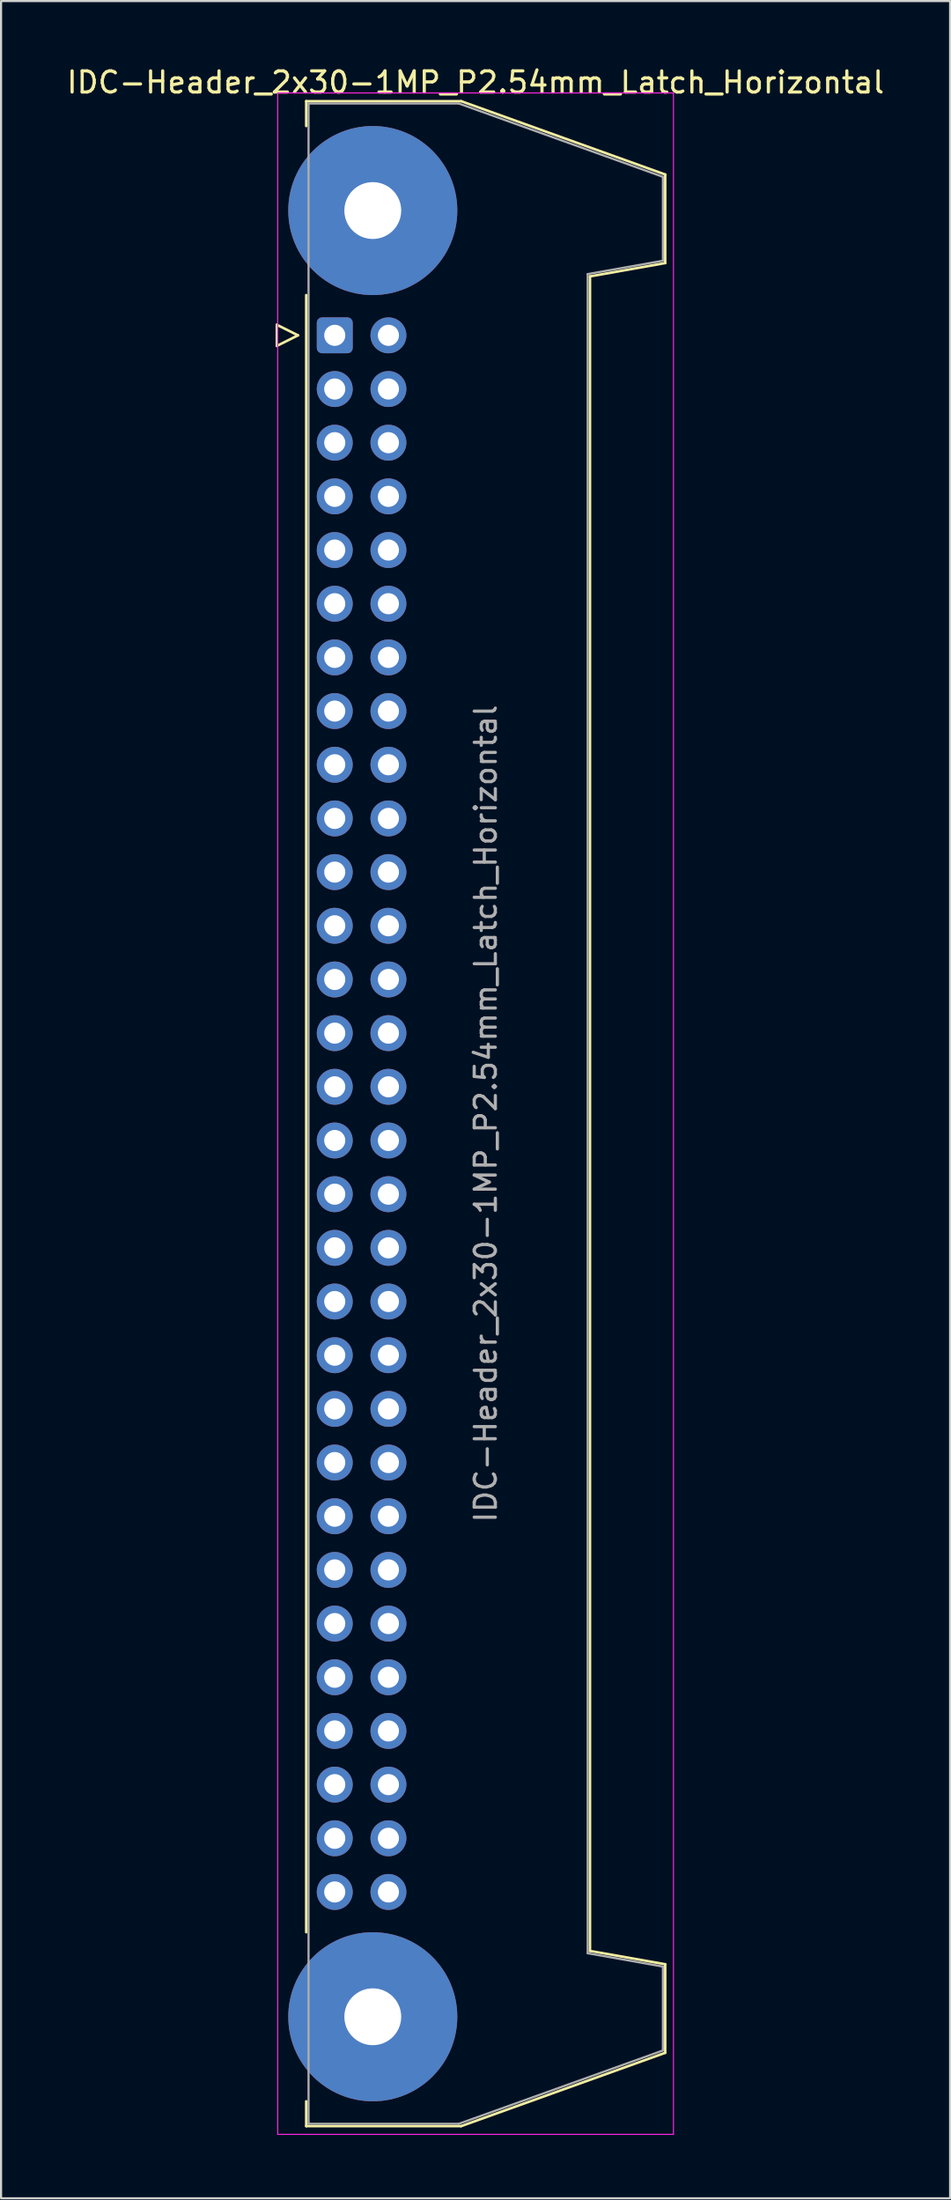
<source format=kicad_pcb>
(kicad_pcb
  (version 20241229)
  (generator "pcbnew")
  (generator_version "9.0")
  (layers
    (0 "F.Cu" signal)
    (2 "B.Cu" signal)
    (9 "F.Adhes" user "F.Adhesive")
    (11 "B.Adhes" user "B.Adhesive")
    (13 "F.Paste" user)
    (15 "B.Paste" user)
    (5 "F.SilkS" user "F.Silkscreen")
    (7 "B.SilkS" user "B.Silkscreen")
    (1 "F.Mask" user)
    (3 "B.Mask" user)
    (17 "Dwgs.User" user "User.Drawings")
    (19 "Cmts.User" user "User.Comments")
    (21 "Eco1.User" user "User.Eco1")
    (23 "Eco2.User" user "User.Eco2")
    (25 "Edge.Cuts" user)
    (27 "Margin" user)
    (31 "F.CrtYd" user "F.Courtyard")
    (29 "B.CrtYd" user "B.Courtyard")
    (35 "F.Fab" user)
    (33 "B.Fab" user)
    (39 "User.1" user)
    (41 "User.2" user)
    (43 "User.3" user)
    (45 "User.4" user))
  (footprint "IDC-Header_2x30-1MP_P2.54mm_Latch_Horizontal"
    (layer "F.Cu")
    (at 12.793 12.818)
    (property "Reference" "IDC-Header_2x30-1MP_P2.54mm_Latch_Horizontal" (at 6.665 -11.97 0) (layer "F.SilkS") (effects (font (size 1 1) (thickness 0.15))))
    (attr through_hole)
    (fp_line (start -2.74 -0.5) (end -2.74 0.5) (stroke (width 0.12) (type solid)) (layer "F.SilkS"))
    (fp_line (start -2.74 0.5) (end -1.74 0) (stroke (width 0.12) (type solid)) (layer "F.SilkS"))
    (fp_line (start -1.74 0) (end -2.74 -0.5) (stroke (width 0.12) (type solid)) (layer "F.SilkS"))
    (fp_line (start -1.35 -11.08) (end -1.35 -9.905) (stroke (width 0.12) (type solid)) (layer "F.SilkS"))
    (fp_line (start -1.35 -11.08) (end 5.98 -11.08) (stroke (width 0.12) (type solid)) (layer "F.SilkS"))
    (fp_line (start -1.35 -1.905) (end -1.35 75.565) (stroke (width 0.12) (type solid)) (layer "F.SilkS"))
    (fp_line (start -1.35 83.565) (end -1.35 84.74) (stroke (width 0.12) (type solid)) (layer "F.SilkS"))
    (fp_line (start 5.98 -11.08) (end 15.64 -7.61) (stroke (width 0.12) (type solid)) (layer "F.SilkS"))
    (fp_line (start 5.98 84.74) (end -1.35 84.74) (stroke (width 0.12) (type solid)) (layer "F.SilkS"))
    (fp_line (start 12.08 -2.79) (end 12.08 76.45) (stroke (width 0.12) (type solid)) (layer "F.SilkS"))
    (fp_line (start 12.08 76.45) (end 15.64 77.08) (stroke (width 0.12) (type solid)) (layer "F.SilkS"))
    (fp_line (start 15.64 -7.61) (end 15.64 -3.42) (stroke (width 0.12) (type solid)) (layer "F.SilkS"))
    (fp_line (start 15.64 -3.42) (end 12.08 -2.79) (stroke (width 0.12) (type solid)) (layer "F.SilkS"))
    (fp_line (start 15.64 77.08) (end 15.64 81.27) (stroke (width 0.12) (type solid)) (layer "F.SilkS"))
    (fp_line (start 15.64 81.27) (end 5.98 84.74) (stroke (width 0.12) (type solid)) (layer "F.SilkS"))
    (fp_line (start -2.7 -11.47) (end -2.7 85.13) (stroke (width 0.05) (type solid)) (layer "F.CrtYd"))
    (fp_line (start -2.7 85.13) (end 16.03 85.13) (stroke (width 0.05) (type solid)) (layer "F.CrtYd"))
    (fp_line (start 16.03 -11.47) (end -2.7 -11.47) (stroke (width 0.05) (type solid)) (layer "F.CrtYd"))
    (fp_line (start 16.03 85.13) (end 16.03 -11.47) (stroke (width 0.05) (type solid)) (layer "F.CrtYd"))
    (fp_line (start -1.24 -10.97) (end 5.87 -10.97) (stroke (width 0.1) (type solid)) (layer "F.Fab"))
    (fp_line (start -1.24 84.63) (end -1.24 -10.97) (stroke (width 0.1) (type solid)) (layer "F.Fab"))
    (fp_line (start 5.87 -10.97) (end 15.53 -7.5) (stroke (width 0.1) (type solid)) (layer "F.Fab"))
    (fp_line (start 5.87 84.63) (end -1.24 84.63) (stroke (width 0.1) (type solid)) (layer "F.Fab"))
    (fp_line (start 11.97 -2.9) (end 11.97 76.56) (stroke (width 0.1) (type solid)) (layer "F.Fab"))
    (fp_line (start 11.97 76.56) (end 15.53 77.19) (stroke (width 0.1) (type solid)) (layer "F.Fab"))
    (fp_line (start 15.53 -7.5) (end 15.53 -3.53) (stroke (width 0.1) (type solid)) (layer "F.Fab"))
    (fp_line (start 15.53 -3.53) (end 11.97 -2.9) (stroke (width 0.1) (type solid)) (layer "F.Fab"))
    (fp_line (start 15.53 77.19) (end 15.53 81.16) (stroke (width 0.1) (type solid)) (layer "F.Fab"))
    (fp_line (start 15.53 81.16) (end 5.87 84.63) (stroke (width 0.1) (type solid)) (layer "F.Fab"))
    (fp_text user "${REFERENCE}" (at 7.145 36.83 90) (layer "F.Fab") (effects (font (size 1 1) (thickness 0.15))))
    (pad "1" thru_hole roundrect (at 0 0) (size 1.7 1.7) (drill 1) (layers "*.Cu" "*.Mask") (roundrect_rratio 0.147))
    (pad "2" thru_hole circle (at 2.54 0) (size 1.7 1.7) (drill 1) (layers "*.Cu" "*.Mask"))
    (pad "3" thru_hole circle (at 0 2.54) (size 1.7 1.7) (drill 1) (layers "*.Cu" "*.Mask"))
    (pad "4" thru_hole circle (at 2.54 2.54) (size 1.7 1.7) (drill 1) (layers "*.Cu" "*.Mask"))
    (pad "5" thru_hole circle (at 0 5.08) (size 1.7 1.7) (drill 1) (layers "*.Cu" "*.Mask"))
    (pad "6" thru_hole circle (at 2.54 5.08) (size 1.7 1.7) (drill 1) (layers "*.Cu" "*.Mask"))
    (pad "7" thru_hole circle (at 0 7.62) (size 1.7 1.7) (drill 1) (layers "*.Cu" "*.Mask"))
    (pad "8" thru_hole circle (at 2.54 7.62) (size 1.7 1.7) (drill 1) (layers "*.Cu" "*.Mask"))
    (pad "9" thru_hole circle (at 0 10.16) (size 1.7 1.7) (drill 1) (layers "*.Cu" "*.Mask"))
    (pad "10" thru_hole circle (at 2.54 10.16) (size 1.7 1.7) (drill 1) (layers "*.Cu" "*.Mask"))
    (pad "11" thru_hole circle (at 0 12.7) (size 1.7 1.7) (drill 1) (layers "*.Cu" "*.Mask"))
    (pad "12" thru_hole circle (at 2.54 12.7) (size 1.7 1.7) (drill 1) (layers "*.Cu" "*.Mask"))
    (pad "13" thru_hole circle (at 0 15.24) (size 1.7 1.7) (drill 1) (layers "*.Cu" "*.Mask"))
    (pad "14" thru_hole circle (at 2.54 15.24) (size 1.7 1.7) (drill 1) (layers "*.Cu" "*.Mask"))
    (pad "15" thru_hole circle (at 0 17.78) (size 1.7 1.7) (drill 1) (layers "*.Cu" "*.Mask"))
    (pad "16" thru_hole circle (at 2.54 17.78) (size 1.7 1.7) (drill 1) (layers "*.Cu" "*.Mask"))
    (pad "17" thru_hole circle (at 0 20.32) (size 1.7 1.7) (drill 1) (layers "*.Cu" "*.Mask"))
    (pad "18" thru_hole circle (at 2.54 20.32) (size 1.7 1.7) (drill 1) (layers "*.Cu" "*.Mask"))
    (pad "19" thru_hole circle (at 0 22.86) (size 1.7 1.7) (drill 1) (layers "*.Cu" "*.Mask"))
    (pad "20" thru_hole circle (at 2.54 22.86) (size 1.7 1.7) (drill 1) (layers "*.Cu" "*.Mask"))
    (pad "21" thru_hole circle (at 0 25.4) (size 1.7 1.7) (drill 1) (layers "*.Cu" "*.Mask"))
    (pad "22" thru_hole circle (at 2.54 25.4) (size 1.7 1.7) (drill 1) (layers "*.Cu" "*.Mask"))
    (pad "23" thru_hole circle (at 0 27.94) (size 1.7 1.7) (drill 1) (layers "*.Cu" "*.Mask"))
    (pad "24" thru_hole circle (at 2.54 27.94) (size 1.7 1.7) (drill 1) (layers "*.Cu" "*.Mask"))
    (pad "25" thru_hole circle (at 0 30.48) (size 1.7 1.7) (drill 1) (layers "*.Cu" "*.Mask"))
    (pad "26" thru_hole circle (at 2.54 30.48) (size 1.7 1.7) (drill 1) (layers "*.Cu" "*.Mask"))
    (pad "27" thru_hole circle (at 0 33.02) (size 1.7 1.7) (drill 1) (layers "*.Cu" "*.Mask"))
    (pad "28" thru_hole circle (at 2.54 33.02) (size 1.7 1.7) (drill 1) (layers "*.Cu" "*.Mask"))
    (pad "29" thru_hole circle (at 0 35.56) (size 1.7 1.7) (drill 1) (layers "*.Cu" "*.Mask"))
    (pad "30" thru_hole circle (at 2.54 35.56) (size 1.7 1.7) (drill 1) (layers "*.Cu" "*.Mask"))
    (pad "31" thru_hole circle (at 0 38.1) (size 1.7 1.7) (drill 1) (layers "*.Cu" "*.Mask"))
    (pad "32" thru_hole circle (at 2.54 38.1) (size 1.7 1.7) (drill 1) (layers "*.Cu" "*.Mask"))
    (pad "33" thru_hole circle (at 0 40.64) (size 1.7 1.7) (drill 1) (layers "*.Cu" "*.Mask"))
    (pad "34" thru_hole circle (at 2.54 40.64) (size 1.7 1.7) (drill 1) (layers "*.Cu" "*.Mask"))
    (pad "35" thru_hole circle (at 0 43.18) (size 1.7 1.7) (drill 1) (layers "*.Cu" "*.Mask"))
    (pad "36" thru_hole circle (at 2.54 43.18) (size 1.7 1.7) (drill 1) (layers "*.Cu" "*.Mask"))
    (pad "37" thru_hole circle (at 0 45.72) (size 1.7 1.7) (drill 1) (layers "*.Cu" "*.Mask"))
    (pad "38" thru_hole circle (at 2.54 45.72) (size 1.7 1.7) (drill 1) (layers "*.Cu" "*.Mask"))
    (pad "39" thru_hole circle (at 0 48.26) (size 1.7 1.7) (drill 1) (layers "*.Cu" "*.Mask"))
    (pad "40" thru_hole circle (at 2.54 48.26) (size 1.7 1.7) (drill 1) (layers "*.Cu" "*.Mask"))
    (pad "41" thru_hole circle (at 0 50.8) (size 1.7 1.7) (drill 1) (layers "*.Cu" "*.Mask"))
    (pad "42" thru_hole circle (at 2.54 50.8) (size 1.7 1.7) (drill 1) (layers "*.Cu" "*.Mask"))
    (pad "43" thru_hole circle (at 0 53.34) (size 1.7 1.7) (drill 1) (layers "*.Cu" "*.Mask"))
    (pad "44" thru_hole circle (at 2.54 53.34) (size 1.7 1.7) (drill 1) (layers "*.Cu" "*.Mask"))
    (pad "45" thru_hole circle (at 0 55.88) (size 1.7 1.7) (drill 1) (layers "*.Cu" "*.Mask"))
    (pad "46" thru_hole circle (at 2.54 55.88) (size 1.7 1.7) (drill 1) (layers "*.Cu" "*.Mask"))
    (pad "47" thru_hole circle (at 0 58.42) (size 1.7 1.7) (drill 1) (layers "*.Cu" "*.Mask"))
    (pad "48" thru_hole circle (at 2.54 58.42) (size 1.7 1.7) (drill 1) (layers "*.Cu" "*.Mask"))
    (pad "49" thru_hole circle (at 0 60.96) (size 1.7 1.7) (drill 1) (layers "*.Cu" "*.Mask"))
    (pad "50" thru_hole circle (at 2.54 60.96) (size 1.7 1.7) (drill 1) (layers "*.Cu" "*.Mask"))
    (pad "51" thru_hole circle (at 0 63.5) (size 1.7 1.7) (drill 1) (layers "*.Cu" "*.Mask"))
    (pad "52" thru_hole circle (at 2.54 63.5) (size 1.7 1.7) (drill 1) (layers "*.Cu" "*.Mask"))
    (pad "53" thru_hole circle (at 0 66.04) (size 1.7 1.7) (drill 1) (layers "*.Cu" "*.Mask"))
    (pad "54" thru_hole circle (at 2.54 66.04) (size 1.7 1.7) (drill 1) (layers "*.Cu" "*.Mask"))
    (pad "55" thru_hole circle (at 0 68.58) (size 1.7 1.7) (drill 1) (layers "*.Cu" "*.Mask"))
    (pad "56" thru_hole circle (at 2.54 68.58) (size 1.7 1.7) (drill 1) (layers "*.Cu" "*.Mask"))
    (pad "57" thru_hole circle (at 0 71.12) (size 1.7 1.7) (drill 1) (layers "*.Cu" "*.Mask"))
    (pad "58" thru_hole circle (at 2.54 71.12) (size 1.7 1.7) (drill 1) (layers "*.Cu" "*.Mask"))
    (pad "59" thru_hole circle (at 0 73.66) (size 1.7 1.7) (drill 1) (layers "*.Cu" "*.Mask"))
    (pad "60" thru_hole circle (at 2.54 73.66) (size 1.7 1.7) (drill 1) (layers "*.Cu" "*.Mask"))
    (pad "MP" thru_hole circle (at 1.8 -5.905) (size 8 8) (drill 2.69) (layers "*.Cu" "*.Mask"))
    (pad "MP" thru_hole circle (at 1.8 79.565) (size 8 8) (drill 2.69) (layers "*.Cu" "*.Mask")))
  (gr_rect
    (start -3 -3)
    (end 41.917 100.973)
    (stroke (width 0.1) (type default))
    (fill no)
    (layer "Edge.Cuts")))
</source>
